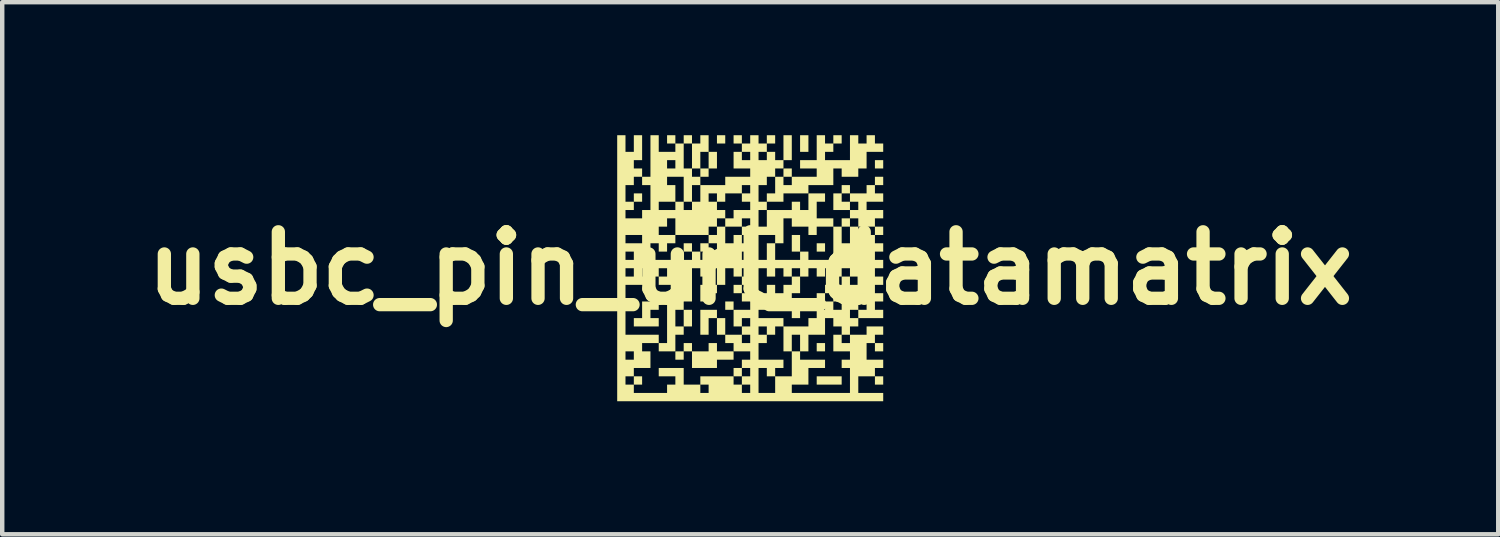
<source format=kicad_pcb>
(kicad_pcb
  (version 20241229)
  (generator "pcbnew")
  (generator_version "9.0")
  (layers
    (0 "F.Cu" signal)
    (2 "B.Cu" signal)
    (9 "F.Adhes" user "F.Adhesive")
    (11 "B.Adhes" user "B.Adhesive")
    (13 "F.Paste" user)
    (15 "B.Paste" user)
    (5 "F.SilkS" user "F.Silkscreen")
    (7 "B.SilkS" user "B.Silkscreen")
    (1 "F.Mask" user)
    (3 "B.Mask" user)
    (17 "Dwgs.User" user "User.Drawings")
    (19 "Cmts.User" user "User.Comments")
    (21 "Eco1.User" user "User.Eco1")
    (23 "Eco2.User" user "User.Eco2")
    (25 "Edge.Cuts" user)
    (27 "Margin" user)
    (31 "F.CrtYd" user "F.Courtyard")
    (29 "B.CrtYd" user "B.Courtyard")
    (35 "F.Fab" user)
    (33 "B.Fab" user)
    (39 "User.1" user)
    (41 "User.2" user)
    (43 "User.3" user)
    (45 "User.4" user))
  (footprint "usbc_pin_url_datamatrix"
    (layer "F.Cu")
    (at 13.871 3)
    (property "Reference" "usbc_pin_url_datamatrix" (at 0 0 0) (layer "F.SilkS") (effects (font (size 1.5 1.5) (thickness 0.3))))
    (attr board_only exclude_from_pos_files exclude_from_bom)
    (fp_poly (pts (xy -2.438 -1.594) (xy -2.438 -1.5) (xy -2.532 -1.5) (xy -2.625 -1.5) (xy -2.625 -1.594) (xy -2.625 -1.688) (xy -2.532 -1.688) (xy -2.438 -1.688)) (stroke (width 0) (type solid)) (fill yes) (layer "F.SilkS"))
    (fp_poly (pts (xy -2.438 2.532) (xy -2.438 2.625) (xy -2.532 2.625) (xy -2.625 2.625) (xy -2.625 2.532) (xy -2.625 2.438) (xy -2.532 2.438) (xy -2.438 2.438)) (stroke (width 0) (type solid)) (fill yes) (layer "F.SilkS"))
    (fp_poly (pts (xy -1.313 -0.469) (xy -1.313 -0.375) (xy -1.406 -0.375) (xy -1.5 -0.375) (xy -1.5 -0.469) (xy -1.5 -0.563) (xy -1.406 -0.563) (xy -1.313 -0.563)) (stroke (width 0) (type solid)) (fill yes) (layer "F.SilkS"))
    (fp_poly (pts (xy -1.313 1.125) (xy -1.313 1.313) (xy -1.406 1.313) (xy -1.5 1.313) (xy -1.5 1.125) (xy -1.5 0.938) (xy -1.406 0.938) (xy -1.313 0.938)) (stroke (width 0) (type solid)) (fill yes) (layer "F.SilkS"))
    (fp_poly (pts (xy -0.938 -0.469) (xy -0.938 -0.375) (xy -1.031 -0.375) (xy -1.125 -0.375) (xy -1.125 -0.469) (xy -1.125 -0.563) (xy -1.031 -0.563) (xy -0.938 -0.563)) (stroke (width 0) (type solid)) (fill yes) (layer "F.SilkS"))
    (fp_poly (pts (xy -0.563 -2.907) (xy -0.563 -2.813) (xy -0.656 -2.813) (xy -0.75 -2.813) (xy -0.75 -2.907) (xy -0.75 -3) (xy -0.656 -3) (xy -0.563 -3)) (stroke (width 0) (type solid)) (fill yes) (layer "F.SilkS"))
    (fp_poly (pts (xy -0.563 1.313) (xy -0.563 1.5) (xy -0.656 1.5) (xy -0.75 1.5) (xy -0.75 1.313) (xy -0.75 1.125) (xy -0.656 1.125) (xy -0.563 1.125)) (stroke (width 0) (type solid)) (fill yes) (layer "F.SilkS"))
    (fp_poly (pts (xy -0.375 0.844) (xy -0.375 0.938) (xy -0.469 0.938) (xy -0.563 0.938) (xy -0.563 0.844) (xy -0.563 0.75) (xy -0.469 0.75) (xy -0.375 0.75)) (stroke (width 0) (type solid)) (fill yes) (layer "F.SilkS"))
    (fp_poly (pts (xy -0.188 0.469) (xy -0.188 0.563) (xy -0.281 0.563) (xy -0.375 0.563) (xy -0.375 0.469) (xy -0.375 0.375) (xy -0.281 0.375) (xy -0.188 0.375)) (stroke (width 0) (type solid)) (fill yes) (layer "F.SilkS"))
    (fp_poly (pts (xy -0.188 2.344) (xy -0.188 2.438) (xy -0.281 2.438) (xy -0.375 2.438) (xy -0.375 2.344) (xy -0.375 2.25) (xy -0.281 2.25) (xy -0.188 2.25)) (stroke (width 0) (type solid)) (fill yes) (layer "F.SilkS"))
    (fp_poly (pts (xy 1.125 -0.563) (xy 1.125 -0.375) (xy 1.031 -0.375) (xy 0.938 -0.375) (xy 0.938 -0.563) (xy 0.938 -0.75) (xy 1.031 -0.75) (xy 1.125 -0.75)) (stroke (width 0) (type solid)) (fill yes) (layer "F.SilkS"))
    (fp_poly (pts (xy 1.125 0.938) (xy 1.125 1.125) (xy 1.031 1.125) (xy 0.938 1.125) (xy 0.938 0.938) (xy 0.938 0.75) (xy 1.031 0.75) (xy 1.125 0.75)) (stroke (width 0) (type solid)) (fill yes) (layer "F.SilkS"))
    (fp_poly (pts (xy 1.313 -2.813) (xy 1.313 -2.625) (xy 1.219 -2.625) (xy 1.125 -2.625) (xy 1.125 -2.813) (xy 1.125 -3) (xy 1.219 -3) (xy 1.313 -3)) (stroke (width 0) (type solid)) (fill yes) (layer "F.SilkS"))
    (fp_poly (pts (xy 1.688 -0.469) (xy 1.688 -0.375) (xy 1.594 -0.375) (xy 1.5 -0.375) (xy 1.5 -0.469) (xy 1.5 -0.563) (xy 1.594 -0.563) (xy 1.688 -0.563)) (stroke (width 0) (type solid)) (fill yes) (layer "F.SilkS"))
    (fp_poly (pts (xy 1.688 1.781) (xy 1.688 1.875) (xy 1.594 1.875) (xy 1.5 1.875) (xy 1.5 1.781) (xy 1.5 1.688) (xy 1.594 1.688) (xy 1.688 1.688)) (stroke (width 0) (type solid)) (fill yes) (layer "F.SilkS"))
    (fp_poly (pts (xy 2.063 2.532) (xy 2.063 2.625) (xy 1.781 2.625) (xy 1.5 2.625) (xy 1.5 2.532) (xy 1.5 2.438) (xy 1.781 2.438) (xy 2.063 2.438)) (stroke (width 0) (type solid)) (fill yes) (layer "F.SilkS"))
    (fp_poly (pts (xy 3 -2.344) (xy 3 -2.25) (xy 2.907 -2.25) (xy 2.813 -2.25) (xy 2.813 -2.344) (xy 2.813 -2.438) (xy 2.907 -2.438) (xy 3 -2.438)) (stroke (width 0) (type solid)) (fill yes) (layer "F.SilkS"))
    (fp_poly (pts (xy 3 1.781) (xy 3 1.875) (xy 2.907 1.875) (xy 2.813 1.875) (xy 2.813 1.781) (xy 2.813 1.688) (xy 2.907 1.688) (xy 3 1.688)) (stroke (width 0) (type solid)) (fill yes) (layer "F.SilkS"))
    (fp_poly (pts (xy 3 2.532) (xy 3 2.625) (xy 2.907 2.625) (xy 2.813 2.625) (xy 2.813 2.532) (xy 2.813 2.438) (xy 2.907 2.438) (xy 3 2.438)) (stroke (width 0) (type solid)) (fill yes) (layer "F.SilkS"))
    (fp_poly (pts (xy -0.75 0.469) (xy -0.75 0.563) (xy -0.844 0.563) (xy -0.938 0.563) (xy -0.938 0.656) (xy -0.938 0.75) (xy -1.031 0.75) (xy -1.125 0.75) (xy -1.125 0.563) (xy -1.125 0.375) (xy -0.938 0.375) (xy -0.75 0.375)) (stroke (width 0) (type solid)) (fill yes) (layer "F.SilkS"))
    (fp_poly (pts (xy -0.75 1.031) (xy -0.75 1.125) (xy -0.844 1.125) (xy -0.938 1.125) (xy -0.938 1.313) (xy -0.938 1.5) (xy -1.031 1.5) (xy -1.125 1.5) (xy -1.125 1.219) (xy -1.125 0.938) (xy -0.938 0.938) (xy -0.75 0.938)) (stroke (width 0) (type solid)) (fill yes) (layer "F.SilkS"))
    (fp_poly (pts (xy 1.688 0.656) (xy 1.688 0.75) (xy 1.594 0.75) (xy 1.5 0.75) (xy 1.5 0.844) (xy 1.5 0.938) (xy 1.406 0.938) (xy 1.313 0.938) (xy 1.313 0.844) (xy 1.313 0.75) (xy 1.406 0.75) (xy 1.5 0.75) (xy 1.5 0.656) (xy 1.5 0.563) (xy 1.594 0.563) (xy 1.688 0.563)) (stroke (width 0) (type solid)) (fill yes) (layer "F.SilkS"))
    (fp_poly (pts (xy -2.063 0.75) (xy -2.063 0.938) (xy -2.157 0.938) (xy -2.25 0.938) (xy -2.25 1.031) (xy -2.25 1.125) (xy -2.157 1.125) (xy -2.063 1.125) (xy -2.063 1.219) (xy -2.063 1.313) (xy -2.344 1.313) (xy -2.625 1.313) (xy -2.625 1.219) (xy -2.625 1.125) (xy -2.532 1.125) (xy -2.438 1.125) (xy -2.438 0.938) (xy -2.438 0.75) (xy -2.344 0.75) (xy -2.25 0.75) (xy -2.25 0.656) (xy -2.25 0.563) (xy -2.157 0.563) (xy -2.063 0.563)) (stroke (width 0) (type solid)) (fill yes) (layer "F.SilkS"))
    (fp_poly (pts (xy -1.313 1.781) (xy -1.313 1.875) (xy -1.125 1.875) (xy -0.938 1.875) (xy -0.938 1.781) (xy -0.938 1.688) (xy -0.844 1.688) (xy -0.75 1.688) (xy -0.75 1.781) (xy -0.75 1.875) (xy -0.563 1.875) (xy -0.375 1.875) (xy -0.375 1.969) (xy -0.375 2.063) (xy -0.563 2.063) (xy -0.75 2.063) (xy -0.75 2.157) (xy -0.75 2.25) (xy -1.031 2.25) (xy -1.313 2.25) (xy -1.313 2.063) (xy -1.313 1.875) (xy -1.406 1.875) (xy -1.5 1.875) (xy -1.5 1.969) (xy -1.5 2.063) (xy -1.594 2.063) (xy -1.688 2.063) (xy -1.688 1.969) (xy -1.688 1.875) (xy -1.594 1.875) (xy -1.5 1.875) (xy -1.5 1.781) (xy -1.5 1.688) (xy -1.406 1.688) (xy -1.313 1.688)) (stroke (width 0) (type solid)) (fill yes) (layer "F.SilkS"))
    (fp_poly (pts (xy 1.688 -2.907) (xy 1.688 -2.813) (xy 1.781 -2.813) (xy 1.875 -2.813) (xy 1.875 -2.907) (xy 1.875 -3) (xy 1.969 -3) (xy 2.063 -3) (xy 2.063 -2.907) (xy 2.063 -2.813) (xy 1.969 -2.813) (xy 1.875 -2.813) (xy 1.875 -2.719) (xy 1.875 -2.625) (xy 1.781 -2.625) (xy 1.688 -2.625) (xy 1.688 -2.532) (xy 1.688 -2.438) (xy 1.969 -2.438) (xy 2.25 -2.438) (xy 2.25 -2.719) (xy 2.25 -3) (xy 2.344 -3) (xy 2.438 -3) (xy 2.438 -2.907) (xy 2.438 -2.813) (xy 2.532 -2.813) (xy 2.625 -2.813) (xy 2.625 -2.907) (xy 2.625 -3) (xy 2.719 -3) (xy 2.813 -3) (xy 2.813 -2.907) (xy 2.813 -2.813) (xy 2.907 -2.813) (xy 3 -2.813) (xy 3 -2.719) (xy 3 -2.625) (xy 2.813 -2.625) (xy 2.625 -2.625) (xy 2.625 -2.438) (xy 2.625 -2.25) (xy 2.532 -2.25) (xy 2.438 -2.25) (xy 2.438 -2.157) (xy 2.438 -2.063) (xy 2.25 -2.063) (xy 2.063 -2.063) (xy 2.063 -2.157) (xy 2.063 -2.25) (xy 1.969 -2.25) (xy 1.875 -2.25) (xy 1.875 -2.063) (xy 1.875 -1.875) (xy 1.594 -1.875) (xy 1.313 -1.875) (xy 1.313 -1.781) (xy 1.313 -1.688) (xy 1.031 -1.688) (xy 0.75 -1.688) (xy 0.75 -1.594) (xy 0.75 -1.5) (xy 0.563 -1.5) (xy 0.375 -1.5) (xy 0.375 -1.594) (xy 0.375 -1.688) (xy 0.469 -1.688) (xy 0.563 -1.688) (xy 0.563 -1.875) (xy 0.563 -2.063) (xy 0.656 -2.063) (xy 0.75 -2.063) (xy 0.75 -1.969) (xy 0.75 -1.875) (xy 0.844 -1.875) (xy 0.938 -1.875) (xy 0.938 -1.969) (xy 0.938 -2.063) (xy 0.844 -2.063) (xy 0.75 -2.063) (xy 0.75 -2.157) (xy 0.75 -2.25) (xy 0.844 -2.25) (xy 0.938 -2.25) (xy 0.938 -2.157) (xy 0.938 -2.063) (xy 1.219 -2.063) (xy 1.5 -2.063) (xy 1.5 -2.157) (xy 1.5 -2.25) (xy 1.313 -2.25) (xy 1.125 -2.25) (xy 1.125 -2.344) (xy 1.125 -2.438) (xy 1.313 -2.438) (xy 1.5 -2.438) (xy 1.5 -2.719) (xy 1.5 -3) (xy 1.594 -3) (xy 1.688 -3)) (stroke (width 0) (type solid)) (fill yes) (layer "F.SilkS"))
    (fp_poly (pts (xy -2.813 -2.813) (xy -2.813 -2.625) (xy -2.719 -2.625) (xy -2.625 -2.625) (xy -2.625 -2.813) (xy -2.625 -3) (xy -2.532 -3) (xy -2.438 -3) (xy -2.438 -2.719) (xy -2.438 -2.438) (xy -2.532 -2.438) (xy -2.625 -2.438) (xy -2.625 -2.344) (xy -2.625 -2.25) (xy -2.532 -2.25) (xy -2.438 -2.25) (xy -2.438 -2.157) (xy -2.438 -2.063) (xy -2.344 -2.063) (xy -2.25 -2.063) (xy -2.25 -2.438) (xy -1.875 -2.438) (xy -1.875 -2.344) (xy -1.875 -2.25) (xy -1.781 -2.25) (xy -1.688 -2.25) (xy -1.688 -2.344) (xy -1.688 -2.438) (xy -1.781 -2.438) (xy -1.875 -2.438) (xy -2.25 -2.438) (xy -2.25 -2.532) (xy -2.25 -3) (xy -2.157 -3) (xy -2.063 -3) (xy -2.063 -2.813) (xy -2.063 -2.625) (xy -1.875 -2.625) (xy -1.688 -2.625) (xy -1.688 -2.719) (xy -1.688 -2.813) (xy -1.781 -2.813) (xy -1.875 -2.813) (xy -1.875 -2.907) (xy -1.875 -3) (xy -1.781 -3) (xy -1.688 -3) (xy -1.688 -2.907) (xy -1.688 -2.813) (xy -1.594 -2.813) (xy -1.5 -2.813) (xy -1.5 -2.907) (xy -1.5 -3) (xy -1.406 -3) (xy -1.313 -3) (xy -1.313 -2.907) (xy -1.313 -2.813) (xy -1.219 -2.813) (xy -1.125 -2.813) (xy -1.125 -2.907) (xy -1.125 -3) (xy -1.031 -3) (xy -0.938 -3) (xy -0.938 -2.813) (xy -0.938 -2.625) (xy -1.031 -2.625) (xy -1.125 -2.625) (xy -1.125 -2.438) (xy -1.125 -2.25) (xy -1.219 -2.25) (xy -1.313 -2.25) (xy -1.313 -2.532) (xy -1.313 -2.813) (xy -1.406 -2.813) (xy -1.5 -2.813) (xy -1.5 -2.532) (xy -1.5 -2.25) (xy -1.406 -2.25) (xy -1.313 -2.25) (xy -1.313 -2.157) (xy -1.313 -2.063) (xy -1.219 -2.063) (xy -1.125 -2.063) (xy -1.125 -2.157) (xy -1.125 -2.25) (xy -1.031 -2.25) (xy -0.938 -2.25) (xy -0.938 -2.438) (xy -0.938 -2.625) (xy -0.844 -2.625) (xy -0.75 -2.625) (xy -0.75 -2.438) (xy -0.75 -2.25) (xy -0.844 -2.25) (xy -0.938 -2.25) (xy -0.938 -2.157) (xy -0.938 -2.063) (xy -1.031 -2.063) (xy -1.125 -2.063) (xy -1.125 -1.969) (xy -1.125 -1.875) (xy -0.844 -1.875) (xy -0.563 -1.875) (xy -0.563 -1.969) (xy -0.563 -2.063) (xy -0.281 -2.063) (xy 0 -2.063) (xy 0 -2.157) (xy 0 -2.25) (xy -0.188 -2.25) (xy -0.375 -2.25) (xy -0.375 -2.438) (xy -0.375 -2.625) (xy -0.281 -2.625) (xy -0.188 -2.625) (xy -0.188 -2.532) (xy -0.188 -2.438) (xy -0.094 -2.438) (xy 0 -2.438) (xy 0 -2.532) (xy 0 -2.625) (xy -0.094 -2.625) (xy -0.188 -2.625) (xy -0.188 -2.719) (xy -0.188 -2.813) (xy -0.281 -2.813) (xy -0.375 -2.813) (xy -0.375 -2.907) (xy -0.375 -3) (xy -0.281 -3) (xy -0.188 -3) (xy -0.188 -2.907) (xy -0.188 -2.813) (xy -0.094 -2.813) (xy 0 -2.813) (xy 0 -2.907) (xy 0 -3) (xy 0.094 -3) (xy 0.188 -3) (xy 0.188 -2.907) (xy 0.188 -2.813) (xy 0.281 -2.813) (xy 0.375 -2.813) (xy 0.375 -2.907) (xy 0.375 -3) (xy 0.469 -3) (xy 0.563 -3) (xy 0.563 -2.907) (xy 0.563 -2.813) (xy 0.469 -2.813) (xy 0.375 -2.813) (xy 0.375 -2.719) (xy 0.375 -2.625) (xy 0.281 -2.625) (xy 0.188 -2.625) (xy 0.188 -2.532) (xy 0.188 -2.438) (xy 0.281 -2.438) (xy 0.375 -2.438) (xy 0.375 -2.532) (xy 0.375 -2.625) (xy 0.469 -2.625) (xy 0.563 -2.625) (xy 0.563 -2.532) (xy 0.563 -2.438) (xy 0.656 -2.438) (xy 0.75 -2.438) (xy 0.75 -2.719) (xy 0.75 -3) (xy 0.844 -3) (xy 0.938 -3) (xy 0.938 -2.719) (xy 0.938 -2.438) (xy 0.844 -2.438) (xy 0.75 -2.438) (xy 0.75 -2.344) (xy 0.75 -2.25) (xy 0.656 -2.25) (xy 0.563 -2.25) (xy 0.563 -2.157) (xy 0.563 -2.063) (xy 0.469 -2.063) (xy 0.375 -2.063) (xy 0.375 -1.969) (xy 0.375 -1.875) (xy 0.281 -1.875) (xy 0.188 -1.875) (xy 0.188 -1.688) (xy 0.188 -1.5) (xy 0.281 -1.5) (xy 0.375 -1.5) (xy 0.375 -1.406) (xy 0.375 -1.313) (xy 0.281 -1.313) (xy 0.188 -1.313) (xy 0.188 -1.125) (xy 0.188 -0.938) (xy 0.281 -0.938) (xy 0.375 -0.938) (xy 0.375 -1.125) (xy 0.375 -1.313) (xy 0.656 -1.313) (xy 0.938 -1.313) (xy 0.938 -1.406) (xy 0.938 -1.5) (xy 1.031 -1.5) (xy 1.125 -1.5) (xy 1.125 -1.406) (xy 1.125 -1.313) (xy 1.219 -1.313) (xy 1.313 -1.313) (xy 1.313 -1.5) (xy 1.313 -1.688) (xy 1.5 -1.688) (xy 1.688 -1.688) (xy 1.688 -1.594) (xy 1.688 -1.5) (xy 1.594 -1.5) (xy 1.5 -1.5) (xy 1.5 -1.313) (xy 1.5 -1.125) (xy 1.688 -1.125) (xy 1.875 -1.125) (xy 1.875 -1.031) (xy 1.875 -0.938) (xy 1.969 -0.938) (xy 2.063 -0.938) (xy 2.063 -1.031) (xy 2.063 -1.125) (xy 2.157 -1.125) (xy 2.25 -1.125) (xy 2.25 -1.219) (xy 2.25 -1.313) (xy 2.063 -1.313) (xy 1.875 -1.313) (xy 1.875 -1.5) (xy 1.875 -1.688) (xy 1.969 -1.688) (xy 2.063 -1.688) (xy 2.063 -1.594) (xy 2.063 -1.5) (xy 2.157 -1.5) (xy 2.25 -1.5) (xy 2.25 -1.406) (xy 2.25 -1.313) (xy 2.344 -1.313) (xy 2.438 -1.313) (xy 2.438 -1.406) (xy 2.438 -1.5) (xy 2.344 -1.5) (xy 2.25 -1.5) (xy 2.25 -1.594) (xy 2.25 -1.688) (xy 2.157 -1.688) (xy 2.063 -1.688) (xy 2.063 -1.781) (xy 2.063 -1.875) (xy 2.157 -1.875) (xy 2.25 -1.875) (xy 2.25 -1.781) (xy 2.25 -1.688) (xy 2.438 -1.688) (xy 2.625 -1.688) (xy 2.625 -1.781) (xy 2.625 -1.875) (xy 2.719 -1.875) (xy 2.813 -1.875) (xy 2.813 -1.969) (xy 2.813 -2.063) (xy 2.907 -2.063) (xy 3 -2.063) (xy 3 -1.969) (xy 3 -1.875) (xy 2.907 -1.875) (xy 2.813 -1.875) (xy 2.813 -1.781) (xy 2.813 -1.688) (xy 2.907 -1.688) (xy 3 -1.688) (xy 3 -1.594) (xy 3 -1.5) (xy 2.813 -1.5) (xy 2.625 -1.5) (xy 2.625 -1.406) (xy 2.625 -1.313) (xy 2.813 -1.313) (xy 3 -1.313) (xy 3 -1.219) (xy 3 -1.125) (xy 2.907 -1.125) (xy 2.813 -1.125) (xy 2.813 -1.031) (xy 2.813 -0.938) (xy 2.625 -0.938) (xy 2.438 -0.938) (xy 2.438 -0.844) (xy 2.438 -0.75) (xy 2.625 -0.75) (xy 2.813 -0.75) (xy 2.813 -0.844) (xy 2.813 -0.938) (xy 2.907 -0.938) (xy 3 -0.938) (xy 3 -0.844) (xy 3 -0.75) (xy 2.907 -0.75) (xy 2.813 -0.75) (xy 2.813 -0.656) (xy 2.813 -0.563) (xy 2.907 -0.563) (xy 3 -0.563) (xy 3 -0.469) (xy 3 -0.375) (xy 2.907 -0.375) (xy 2.813 -0.375) (xy 2.813 -0.281) (xy 2.813 -0.188) (xy 2.907 -0.188) (xy 3 -0.188) (xy 3 -0.094) (xy 3 0) (xy 2.907 0) (xy 2.813 0) (xy 2.813 0.094) (xy 2.813 0.188) (xy 2.907 0.188) (xy 3 0.188) (xy 3 0.281) (xy 3 0.375) (xy 2.907 0.375) (xy 2.813 0.375) (xy 2.813 0.469) (xy 2.813 0.563) (xy 2.907 0.563) (xy 3 0.563) (xy 3 0.656) (xy 3 0.75) (xy 2.907 0.75) (xy 2.813 0.75) (xy 2.813 0.844) (xy 2.813 0.938) (xy 2.907 0.938) (xy 3 0.938) (xy 3 1.031) (xy 3 1.125) (xy 2.719 1.125) (xy 2.438 1.125) (xy 2.438 1.219) (xy 2.438 1.313) (xy 2.344 1.313) (xy 2.25 1.313) (xy 2.25 1.406) (xy 2.25 1.5) (xy 2.438 1.5) (xy 2.625 1.5) (xy 2.625 1.406) (xy 2.625 1.313) (xy 2.813 1.313) (xy 3 1.313) (xy 3 1.406) (xy 3 1.5) (xy 2.907 1.5) (xy 2.813 1.5) (xy 2.813 1.594) (xy 2.813 1.688) (xy 2.719 1.688) (xy 2.625 1.688) (xy 2.625 1.875) (xy 2.625 2.063) (xy 2.813 2.063) (xy 3 2.063) (xy 3 2.157) (xy 3 2.25) (xy 2.907 2.25) (xy 2.813 2.25) (xy 2.813 2.344) (xy 2.813 2.438) (xy 2.625 2.438) (xy 2.438 2.438) (xy 2.438 2.625) (xy 2.438 2.813) (xy 2.719 2.813) (xy 3 2.813) (xy 3 2.907) (xy 3 3) (xy 0 3) (xy -3 3) (xy -3 2.625) (xy -2.813 2.625) (xy -2.719 2.625) (xy -2.625 2.625) (xy -2.625 2.719) (xy -2.625 2.813) (xy -2.25 2.813) (xy -1.875 2.813) (xy -1.875 2.719) (xy -1.875 2.625) (xy -1.781 2.625) (xy -1.688 2.625) (xy -1.688 2.532) (xy -1.688 2.438) (xy -1.875 2.438) (xy -2.063 2.438) (xy -2.063 2.344) (xy -2.063 2.25) (xy -1.781 2.25) (xy -1.5 2.25) (xy -1.5 2.438) (xy -1.5 2.625) (xy -1.313 2.625) (xy -1.125 2.625) (xy -1.125 2.719) (xy -1.125 2.813) (xy -1.031 2.813) (xy -0.938 2.813) (xy -0.938 2.719) (xy -0.938 2.625) (xy -1.031 2.625) (xy -1.125 2.625) (xy -1.125 2.532) (xy -1.125 2.438) (xy -0.75 2.438) (xy -0.375 2.438) (xy -0.375 2.532) (xy -0.375 2.625) (xy -0.281 2.625) (xy -0.188 2.625) (xy -0.188 2.719) (xy -0.188 2.813) (xy -0.094 2.813) (xy 0 2.813) (xy 0 2.719) (xy 0 2.625) (xy -0.094 2.625) (xy -0.188 2.625) (xy -0.188 2.532) (xy -0.188 2.438) (xy -0.094 2.438) (xy 0 2.438) (xy 0 2.344) (xy 0 2.25) (xy -0.094 2.25) (xy -0.188 2.25) (xy -0.188 2.157) (xy -0.188 2.063) (xy -0.094 2.063) (xy 0 2.063) (xy 0 1.969) (xy 0 1.875) (xy -0.188 1.875) (xy -0.375 1.875) (xy -0.375 1.781) (xy -0.375 1.688) (xy -0.469 1.688) (xy -0.563 1.688) (xy -0.563 1.594) (xy -0.563 1.5) (xy -0.375 1.5) (xy -0.188 1.5) (xy -0.188 1.594) (xy -0.188 1.688) (xy -0.094 1.688) (xy 0 1.688) (xy 0 1.594) (xy 0 1.5) (xy -0.094 1.5) (xy -0.188 1.5) (xy -0.188 1.406) (xy -0.188 1.313) (xy -0.094 1.313) (xy 0 1.313) (xy 0 1.219) (xy 0 1.125) (xy -0.094 1.125) (xy -0.188 1.125) (xy -0.188 1.219) (xy -0.188 1.313) (xy -0.281 1.313) (xy -0.375 1.313) (xy -0.375 1.125) (xy -0.375 0.938) (xy -0.188 0.938) (xy 0 0.938) (xy 0 0.844) (xy 0 0.75) (xy -0.094 0.75) (xy -0.188 0.75) (xy -0.188 0.656) (xy -0.188 0.563) (xy -0.094 0.563) (xy 0 0.563) (xy 0 0.469) (xy 0 0.375) (xy -0.094 0.375) (xy -0.188 0.375) (xy -0.188 0.281) (xy -0.188 0.188) (xy -0.094 0.188) (xy 0 0.188) (xy 0 0.094) (xy 0 0) (xy 0.188 0) (xy 0.188 0.281) (xy 0.188 0.563) (xy 0.281 0.563) (xy 0.375 0.563) (xy 0.375 0.469) (xy 0.375 0.375) (xy 0.469 0.375) (xy 0.563 0.375) (xy 0.563 0.469) (xy 0.563 0.563) (xy 0.656 0.563) (xy 0.75 0.563) (xy 0.75 0.469) (xy 0.75 0.375) (xy 0.844 0.375) (xy 0.938 0.375) (xy 0.938 0.281) (xy 0.938 0.188) (xy 1.031 0.188) (xy 1.125 0.188) (xy 1.125 0.375) (xy 1.125 0.563) (xy 1.031 0.563) (xy 0.938 0.563) (xy 0.938 0.656) (xy 0.938 0.75) (xy 0.75 0.75) (xy 0.563 0.75) (xy 0.563 0.844) (xy 0.563 0.938) (xy 0.375 0.938) (xy 0.188 0.938) (xy 0.188 1.031) (xy 0.188 1.125) (xy 0.469 1.125) (xy 0.75 1.125) (xy 0.75 1.219) (xy 0.75 1.313) (xy 0.656 1.313) (xy 0.563 1.313) (xy 0.563 1.406) (xy 0.563 1.5) (xy 0.469 1.5) (xy 0.375 1.5) (xy 0.375 1.406) (xy 0.375 1.313) (xy 0.281 1.313) (xy 0.188 1.313) (xy 0.188 1.406) (xy 0.188 1.5) (xy 0.281 1.5) (xy 0.375 1.5) (xy 0.375 1.594) (xy 0.375 1.688) (xy 0.281 1.688) (xy 0.188 1.688) (xy 0.188 1.875) (xy 0.188 2.063) (xy 0.469 2.063) (xy 0.75 2.063) (xy 0.75 2.157) (xy 0.75 2.25) (xy 0.656 2.25) (xy 0.563 2.25) (xy 0.563 2.344) (xy 0.563 2.438) (xy 0.469 2.438) (xy 0.375 2.438) (xy 0.375 2.344) (xy 0.375 2.25) (xy 0.281 2.25) (xy 0.188 2.25) (xy 0.188 2.532) (xy 0.188 2.813) (xy 0.375 2.813) (xy 0.563 2.813) (xy 0.563 2.625) (xy 0.563 2.438) (xy 0.75 2.438) (xy 0.938 2.438) (xy 0.938 2.157) (xy 0.938 1.875) (xy 1.031 1.875) (xy 1.125 1.875) (xy 1.125 1.969) (xy 1.125 2.063) (xy 1.406 2.063) (xy 1.688 2.063) (xy 1.688 2.157) (xy 1.688 2.25) (xy 1.5 2.25) (xy 1.313 2.25) (xy 1.313 2.438) (xy 1.313 2.625) (xy 1.125 2.625) (xy 0.938 2.625) (xy 0.938 2.719) (xy 0.938 2.813) (xy 1.594 2.813) (xy 2.25 2.813) (xy 2.25 2.532) (xy 2.25 2.25) (xy 2.157 2.25) (xy 2.063 2.25) (xy 2.063 2.157) (xy 2.063 2.063) (xy 2.157 2.063) (xy 2.25 2.063) (xy 2.25 1.969) (xy 2.25 1.875) (xy 2.063 1.875) (xy 1.875 1.875) (xy 1.875 1.688) (xy 1.875 1.5) (xy 1.969 1.5) (xy 2.063 1.5) (xy 2.063 1.594) (xy 2.063 1.688) (xy 2.157 1.688) (xy 2.25 1.688) (xy 2.25 1.594) (xy 2.25 1.5) (xy 2.157 1.5) (xy 2.063 1.5) (xy 2.063 1.406) (xy 2.063 1.313) (xy 1.969 1.313) (xy 1.875 1.313) (xy 1.875 1.219) (xy 1.875 1.125) (xy 2.25 1.125) (xy 2.344 1.125) (xy 2.438 1.125) (xy 2.438 1.031) (xy 2.438 0.938) (xy 2.532 0.938) (xy 2.625 0.938) (xy 2.625 0.75) (xy 2.625 0.563) (xy 2.532 0.563) (xy 2.438 0.563) (xy 2.438 0.75) (xy 2.438 0.938) (xy 2.344 0.938) (xy 2.25 0.938) (xy 2.25 1.031) (xy 2.25 1.125) (xy 1.875 1.125) (xy 1.781 1.125) (xy 1.688 1.125) (xy 1.688 1.313) (xy 1.688 1.5) (xy 1.5 1.5) (xy 1.313 1.5) (xy 1.313 1.688) (xy 1.313 1.875) (xy 1.219 1.875) (xy 1.125 1.875) (xy 1.125 1.688) (xy 1.125 1.5) (xy 1.031 1.5) (xy 0.938 1.5) (xy 0.938 1.688) (xy 0.938 1.875) (xy 0.844 1.875) (xy 0.75 1.875) (xy 0.75 1.594) (xy 0.75 1.313) (xy 1.031 1.313) (xy 1.313 1.313) (xy 1.313 1.219) (xy 1.313 1.125) (xy 1.406 1.125) (xy 1.5 1.125) (xy 1.5 1.031) (xy 1.5 0.938) (xy 1.594 0.938) (xy 1.688 0.938) (xy 1.688 0.844) (xy 1.688 0.75) (xy 1.781 0.75) (xy 1.875 0.75) (xy 1.875 0.844) (xy 1.875 0.938) (xy 1.969 0.938) (xy 2.063 0.938) (xy 2.063 0.844) (xy 2.063 0.75) (xy 1.969 0.75) (xy 1.875 0.75) (xy 1.875 0.656) (xy 1.875 0.563) (xy 1.781 0.563) (xy 1.688 0.563) (xy 1.688 0.469) (xy 1.688 0.375) (xy 1.875 0.375) (xy 2.063 0.375) (xy 2.063 0.281) (xy 2.063 0.188) (xy 2.157 0.188) (xy 2.25 0.188) (xy 2.25 0.281) (xy 2.25 0.375) (xy 2.438 0.375) (xy 2.625 0.375) (xy 2.625 0.188) (xy 2.625 0) (xy 2.532 0) (xy 2.438 0) (xy 2.438 0.094) (xy 2.438 0.188) (xy 2.344 0.188) (xy 2.25 0.188) (xy 2.25 0.094) (xy 2.25 0) (xy 2.157 0) (xy 2.063 0) (xy 2.063 0.094) (xy 2.063 0.188) (xy 1.969 0.188) (xy 1.875 0.188) (xy 1.875 0.094) (xy 1.875 0) (xy 1.781 0) (xy 1.688 0) (xy 1.688 0.094) (xy 1.688 0.188) (xy 1.594 0.188) (xy 1.5 0.188) (xy 1.5 0.094) (xy 1.5 0) (xy 1.406 0) (xy 1.313 0) (xy 1.313 0.094) (xy 1.313 0.188) (xy 1.219 0.188) (xy 1.125 0.188) (xy 1.125 0.094) (xy 1.125 0) (xy 1.031 0) (xy 0.938 0) (xy 0.938 0.094) (xy 0.938 0.188) (xy 0.844 0.188) (xy 0.75 0.188) (xy 0.75 0.094) (xy 0.75 0) (xy 0.656 0) (xy 0.563 0) (xy 0.563 0.094) (xy 0.563 0.188) (xy 0.469 0.188) (xy 0.375 0.188) (xy 0.375 0.094) (xy 0.375 0) (xy 0.281 0) (xy 0.188 0) (xy 0 0) (xy -0.094 0) (xy -0.188 0) (xy -0.188 0.094) (xy -0.188 0.188) (xy -0.281 0.188) (xy -0.375 0.188) (xy -0.375 0.094) (xy -0.375 0) (xy -0.469 0) (xy -0.563 0) (xy -0.563 0.188) (xy -0.563 0.375) (xy -0.656 0.375) (xy -0.75 0.375) (xy -0.75 0.188) (xy -0.75 0) (xy -0.844 0) (xy -0.938 0) (xy -0.938 0.094) (xy -0.938 0.188) (xy -1.031 0.188) (xy -1.125 0.188) (xy -1.125 0.094) (xy -1.125 0) (xy -1.219 0) (xy -1.313 0) (xy -1.313 0.375) (xy -1.313 0.75) (xy -1.406 0.75) (xy -1.5 0.75) (xy -1.5 0.844) (xy -1.5 0.938) (xy -1.594 0.938) (xy -1.688 0.938) (xy -1.688 1.125) (xy -1.688 1.313) (xy -1.594 1.313) (xy -1.5 1.313) (xy -1.5 1.406) (xy -1.5 1.5) (xy -1.594 1.5) (xy -1.688 1.5) (xy -1.688 1.688) (xy -1.688 1.875) (xy -1.875 1.875) (xy -2.063 1.875) (xy -2.063 1.781) (xy -2.063 1.688) (xy -1.969 1.688) (xy -1.875 1.688) (xy -1.875 1.125) (xy -1.875 0.563) (xy -1.688 0.563) (xy -1.5 0.563) (xy -1.5 0.281) (xy -1.5 0) (xy -1.594 0) (xy -1.688 0) (xy -1.688 0.188) (xy -1.688 0.375) (xy -1.875 0.375) (xy -2.063 0.375) (xy -2.063 0.281) (xy -2.063 0.188) (xy -1.969 0.188) (xy -1.875 0.188) (xy -1.875 0.094) (xy -1.875 0) (xy -1.969 0) (xy -2.063 0) (xy -2.063 0.094) (xy -2.063 0.188) (xy -2.157 0.188) (xy -2.25 0.188) (xy -2.25 0.094) (xy -2.25 0) (xy -2.344 0) (xy -2.438 0) (xy -2.438 0.094) (xy -2.438 0.188) (xy -2.344 0.188) (xy -2.25 0.188) (xy -2.25 0.281) (xy -2.25 0.375) (xy -2.532 0.375) (xy -2.813 0.375) (xy -2.813 0.938) (xy -2.813 1.5) (xy -2.438 1.5) (xy -2.063 1.5) (xy -2.063 1.594) (xy -2.063 1.688) (xy -2.25 1.688) (xy -2.438 1.688) (xy -2.438 1.781) (xy -2.438 1.875) (xy -2.344 1.875) (xy -2.25 1.875) (xy -2.25 2.063) (xy -2.25 2.25) (xy -2.438 2.25) (xy -2.625 2.25) (xy -2.625 2.344) (xy -2.625 2.438) (xy -2.719 2.438) (xy -2.813 2.438) (xy -2.813 2.532) (xy -2.813 2.625) (xy -3 2.625) (xy -3 1.875) (xy -2.813 1.875) (xy -2.813 1.969) (xy -2.813 2.063) (xy -2.719 2.063) (xy -2.625 2.063) (xy -2.625 1.969) (xy -2.625 1.875) (xy -2.719 1.875) (xy -2.813 1.875) (xy -3 1.875) (xy -3 0) (xy -2.813 0) (xy -2.813 0.094) (xy -2.813 0.188) (xy -2.719 0.188) (xy -2.625 0.188) (xy -2.625 0.094) (xy -2.625 0) (xy -2.719 0) (xy -2.813 0) (xy -3 0) (xy -3 -0.375) (xy -2.813 -0.375) (xy -2.813 -0.281) (xy -2.813 -0.188) (xy -2.719 -0.188) (xy -2.625 -0.188) (xy -2.25 -0.188) (xy -1.969 -0.188) (xy -1.688 -0.188) (xy -1.688 -0.281) (xy -1.688 -0.375) (xy -1.594 -0.375) (xy -1.5 -0.375) (xy -1.5 -0.281) (xy -1.5 -0.188) (xy -1.406 -0.188) (xy -1.313 -0.188) (xy -1.313 -0.281) (xy -1.313 -0.375) (xy -1.219 -0.375) (xy -1.125 -0.375) (xy -1.125 -0.281) (xy -1.125 -0.188) (xy -1.031 -0.188) (xy -0.938 -0.188) (xy -0.938 -0.281) (xy -0.938 -0.375) (xy -0.844 -0.375) (xy -0.75 -0.375) (xy -0.75 -0.281) (xy -0.75 -0.188) (xy -0.656 -0.188) (xy -0.563 -0.188) (xy -0.563 -0.281) (xy -0.563 -0.375) (xy -0.188 -0.375) (xy -0.188 -0.281) (xy -0.188 -0.188) (xy -0.094 -0.188) (xy 0 -0.188) (xy 0.188 -0.188) (xy 0.281 -0.188) (xy 0.375 -0.188) (xy 0.375 -0.375) (xy 0.375 -0.563) (xy 0.469 -0.563) (xy 0.563 -0.563) (xy 0.563 -0.375) (xy 0.563 -0.188) (xy 0.844 -0.188) (xy 1.125 -0.188) (xy 1.125 -0.281) (xy 1.125 -0.375) (xy 1.219 -0.375) (xy 1.313 -0.375) (xy 1.313 -0.281) (xy 1.313 -0.188) (xy 1.594 -0.188) (xy 1.875 -0.188) (xy 1.875 -0.375) (xy 2.063 -0.375) (xy 2.063 -0.281) (xy 2.063 -0.188) (xy 2.157 -0.188) (xy 2.25 -0.188) (xy 2.25 -0.281) (xy 2.25 -0.375) (xy 2.157 -0.375) (xy 2.063 -0.375) (xy 1.875 -0.375) (xy 1.875 -0.563) (xy 2.063 -0.563) (xy 2.157 -0.563) (xy 2.25 -0.563) (xy 2.438 -0.563) (xy 2.438 -0.375) (xy 2.438 -0.188) (xy 2.532 -0.188) (xy 2.625 -0.188) (xy 2.625 -0.375) (xy 2.625 -0.563) (xy 2.532 -0.563) (xy 2.438 -0.563) (xy 2.25 -0.563) (xy 2.25 -0.75) (xy 2.25 -0.938) (xy 2.344 -0.938) (xy 2.438 -0.938) (xy 2.438 -1.031) (xy 2.438 -1.125) (xy 2.344 -1.125) (xy 2.25 -1.125) (xy 2.25 -1.031) (xy 2.25 -0.938) (xy 2.157 -0.938) (xy 2.063 -0.938) (xy 2.063 -0.75) (xy 2.063 -0.563) (xy 1.875 -0.563) (xy 1.875 -0.938) (xy 1.688 -0.938) (xy 1.5 -0.938) (xy 1.5 -0.844) (xy 1.5 -0.75) (xy 1.406 -0.75) (xy 1.313 -0.75) (xy 1.313 -0.844) (xy 1.313 -0.938) (xy 1.125 -0.938) (xy 0.938 -0.938) (xy 0.938 -1.031) (xy 0.938 -1.125) (xy 0.844 -1.125) (xy 0.75 -1.125) (xy 0.75 -0.844) (xy 0.75 -0.563) (xy 0.656 -0.563) (xy 0.563 -0.563) (xy 0.563 -0.656) (xy 0.563 -0.75) (xy 0.375 -0.75) (xy 0.188 -0.75) (xy 0.188 -0.469) (xy 0.188 -0.188) (xy 0 -0.188) (xy 0 -0.281) (xy 0 -0.375) (xy -0.094 -0.375) (xy -0.188 -0.375) (xy -0.563 -0.375) (xy -0.656 -0.375) (xy -0.75 -0.375) (xy -0.75 -0.469) (xy -0.75 -0.563) (xy -0.844 -0.563) (xy -0.938 -0.563) (xy -0.938 -0.656) (xy -0.938 -0.75) (xy -0.844 -0.75) (xy -0.75 -0.75) (xy -0.75 -0.844) (xy -0.75 -0.938) (xy -0.656 -0.938) (xy -0.563 -0.938) (xy -0.563 -0.75) (xy -0.563 -0.563) (xy -0.469 -0.563) (xy -0.375 -0.563) (xy -0.375 -0.656) (xy -0.375 -0.75) (xy -0.281 -0.75) (xy -0.188 -0.75) (xy -0.188 -0.656) (xy -0.188 -0.563) (xy -0.094 -0.563) (xy 0 -0.563) (xy 0 -0.656) (xy 0 -0.75) (xy -0.094 -0.75) (xy -0.188 -0.75) (xy -0.188 -0.844) (xy -0.188 -0.938) (xy -0.094 -0.938) (xy 0 -0.938) (xy 0 -1.031) (xy 0 -1.125) (xy -0.094 -1.125) (xy -0.188 -1.125) (xy -0.188 -1.031) (xy -0.188 -0.938) (xy -0.375 -0.938) (xy -0.563 -0.938) (xy -0.563 -1.031) (xy -0.563 -1.125) (xy -0.469 -1.125) (xy -0.375 -1.125) (xy -0.375 -1.219) (xy -0.375 -1.313) (xy -0.188 -1.313) (xy 0 -1.313) (xy 0 -1.406) (xy 0 -1.5) (xy -0.094 -1.5) (xy -0.188 -1.5) (xy -0.188 -1.594) (xy -0.188 -1.688) (xy -0.094 -1.688) (xy 0 -1.688) (xy 0 -1.781) (xy 0 -1.875) (xy -0.094 -1.875) (xy -0.188 -1.875) (xy -0.188 -1.781) (xy -0.188 -1.688) (xy -0.375 -1.688) (xy -0.563 -1.688) (xy -0.563 -1.594) (xy -0.563 -1.5) (xy -0.656 -1.5) (xy -0.75 -1.5) (xy -0.75 -1.594) (xy -0.75 -1.688) (xy -0.844 -1.688) (xy -0.938 -1.688) (xy -0.938 -1.594) (xy -0.938 -1.5) (xy -0.844 -1.5) (xy -0.75 -1.5) (xy -0.75 -1.406) (xy -0.75 -1.313) (xy -0.656 -1.313) (xy -0.563 -1.313) (xy -0.563 -1.219) (xy -0.563 -1.125) (xy -0.656 -1.125) (xy -0.75 -1.125) (xy -0.75 -1.031) (xy -0.75 -0.938) (xy -0.844 -0.938) (xy -0.938 -0.938) (xy -0.938 -0.844) (xy -0.938 -0.75) (xy -1.313 -0.75) (xy -1.688 -0.75) (xy -1.688 -0.938) (xy -1.688 -1.125) (xy -1.781 -1.125) (xy -1.875 -1.125) (xy -1.875 -1.031) (xy -1.875 -0.938) (xy -1.969 -0.938) (xy -2.063 -0.938) (xy -2.063 -0.844) (xy -2.063 -0.75) (xy -1.875 -0.75) (xy -1.688 -0.75) (xy -1.688 -0.656) (xy -1.688 -0.563) (xy -1.781 -0.563) (xy -1.875 -0.563) (xy -1.875 -0.469) (xy -1.875 -0.375) (xy -1.969 -0.375) (xy -2.063 -0.375) (xy -2.063 -0.469) (xy -2.063 -0.563) (xy -2.157 -0.563) (xy -2.25 -0.563) (xy -2.25 -0.375) (xy -2.25 -0.188) (xy -2.625 -0.188) (xy -2.625 -0.281) (xy -2.625 -0.375) (xy -2.719 -0.375) (xy -2.813 -0.375) (xy -3 -0.375) (xy -3 -0.75) (xy -2.813 -0.75) (xy -2.813 -0.656) (xy -2.813 -0.563) (xy -2.625 -0.563) (xy -2.438 -0.563) (xy -2.438 -0.656) (xy -2.438 -0.75) (xy -2.625 -0.75) (xy -2.813 -0.75) (xy -3 -0.75) (xy -3 -1.125) (xy -2.813 -1.125) (xy -2.625 -1.125) (xy -2.438 -1.125) (xy -2.438 -1.219) (xy -2.438 -1.313) (xy -2.344 -1.313) (xy -2.25 -1.313) (xy -2.063 -1.313) (xy -1.875 -1.313) (xy -1.688 -1.313) (xy -1.688 -1.406) (xy -1.688 -1.5) (xy -1.594 -1.5) (xy -1.5 -1.5) (xy -1.5 -1.406) (xy -1.5 -1.313) (xy -1.406 -1.313) (xy -1.313 -1.313) (xy -1.313 -1.406) (xy -1.313 -1.5) (xy -1.219 -1.5) (xy -1.125 -1.5) (xy -1.125 -1.688) (xy -1.125 -1.875) (xy -1.219 -1.875) (xy -1.313 -1.875) (xy -1.313 -1.688) (xy -1.313 -1.5) (xy -1.406 -1.5) (xy -1.5 -1.5) (xy -1.5 -1.781) (xy -1.5 -2.063) (xy -1.688 -2.063) (xy -1.875 -2.063) (xy -1.875 -1.969) (xy -1.875 -1.875) (xy -1.781 -1.875) (xy -1.688 -1.875) (xy -1.688 -1.688) (xy -1.688 -1.5) (xy -1.875 -1.5) (xy -2.063 -1.5) (xy -2.063 -1.406) (xy -2.063 -1.313) (xy -2.25 -1.313) (xy -2.25 -1.594) (xy -2.25 -1.875) (xy -2.344 -1.875) (xy -2.438 -1.875) (xy -2.438 -1.969) (xy -2.438 -2.063) (xy -2.532 -2.063) (xy -2.625 -2.063) (xy -2.625 -1.969) (xy -2.625 -1.875) (xy -2.719 -1.875) (xy -2.813 -1.875) (xy -2.813 -1.688) (xy -2.813 -1.5) (xy -2.719 -1.5) (xy -2.625 -1.5) (xy -2.625 -1.406) (xy -2.625 -1.313) (xy -2.719 -1.313) (xy -2.813 -1.313) (xy -2.813 -1.219) (xy -2.813 -1.125) (xy -3 -1.125) (xy -3 -3) (xy -2.907 -3) (xy -2.813 -3)) (stroke (width 0) (type solid)) (fill yes) (layer "F.SilkS")))
  (gr_rect
    (start -3 -3)
    (end 30.743 9.001)
    (stroke (width 0.1) (type default))
    (fill no)
    (layer "Edge.Cuts")))
</source>
